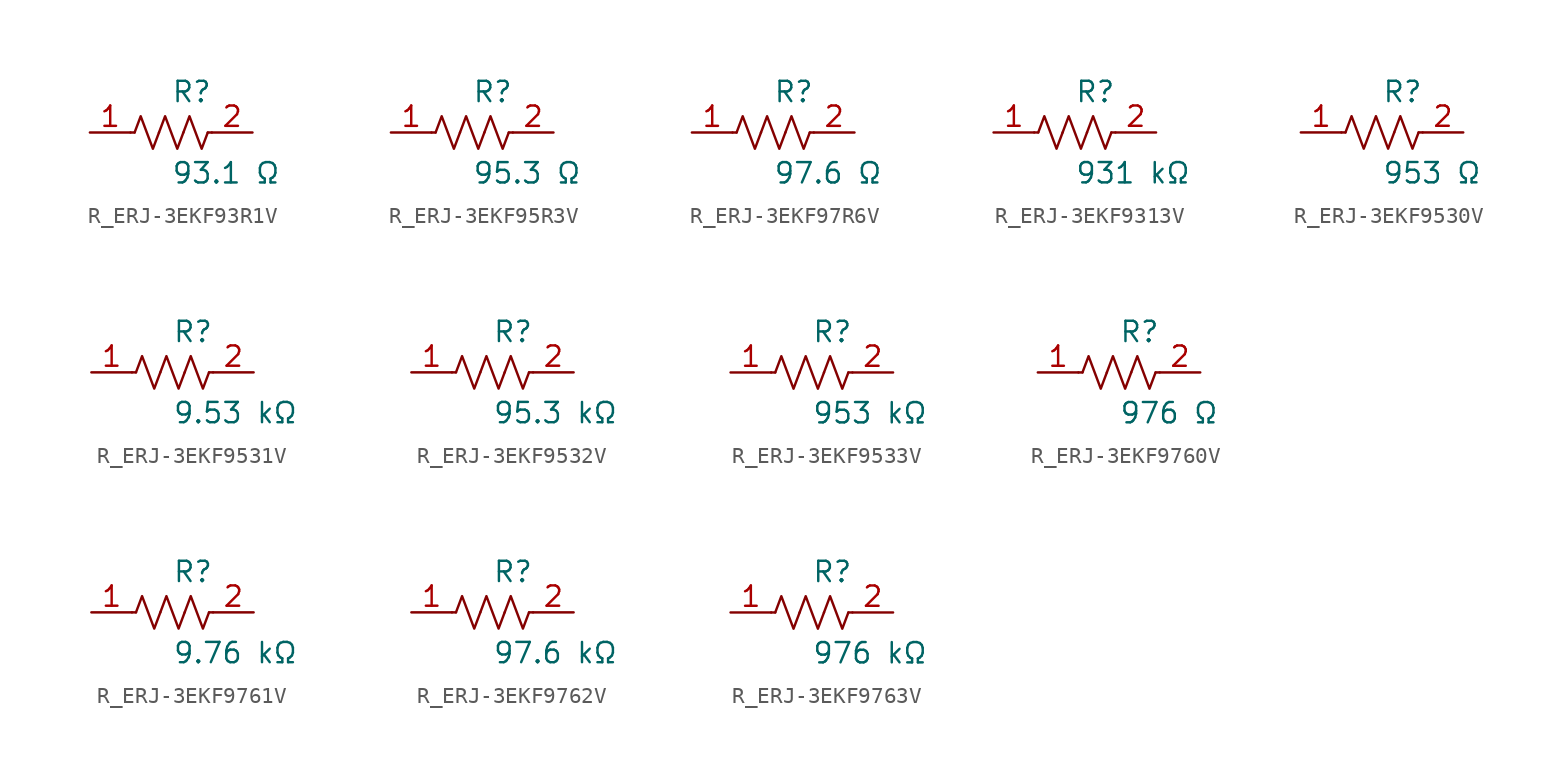
<source format=kicad_sym>
(kicad_symbol_lib
  (version 20231120)
  (generator kicad_symbol_editor)
  (generator_version 8.0)
  (symbol "R_ERJ-3EKF93R1V"
    (pin_names
      (offset 0.254))
    (property "Reference" "R"
      (at 0.0 2.54 0)
      (effects (font (size 1.27 1.27)) (justify left)))
    (property "Value" "93.1 Ω"
      (at 0.0 -2.54 0)
      (effects (font (size 1.27 1.27)) (justify left)))
    (symbol "R_ERJ-3EKF93R1V_0_1"
      (polyline (pts (xy 2.286 0) (xy 2.54 0)) (stroke (width 0) (type default)) (fill (type none)))
      (polyline (pts (xy -2.286 0) (xy -2.54 0)) (stroke (width 0) (type default)) (fill (type none)))
      (polyline (pts (xy 0.762 0) (xy 1.143 1.016) (xy 1.524 0) (xy 1.905 -1.016) (xy 2.286 0)) (stroke (width 0) (type default)) (fill (type none)))
      (polyline (pts (xy -0.762 0) (xy -0.381 1.016) (xy 0 0) (xy 0.381 -1.016) (xy 0.762 0)) (stroke (width 0) (type default)) (fill (type none)))
      (polyline (pts (xy -2.286 0) (xy -1.905 1.016) (xy -1.524 0) (xy -1.143 -1.016) (xy -0.762 0)) (stroke (width 0) (type default)) (fill (type none))))
    (pin unspecified line
      (at -5.08 0 0)
      (length 2.54)
      (name "" (effects (font (size 1.27 1.27))))
      (number "1" (effects (font (size 1.27 1.27)))))
    (pin unspecified line
      (at 5.08 0 180)
      (length 2.54)
      (name "" (effects (font (size 1.27 1.27))))
      (number "2" (effects (font (size 1.27 1.27))))))
  (symbol "R_ERJ-3EKF95R3V"
    (pin_names
      (offset 0.254))
    (property "Reference" "R"
      (at 0.0 2.54 0)
      (effects (font (size 1.27 1.27)) (justify left)))
    (property "Value" "95.3 Ω"
      (at 0.0 -2.54 0)
      (effects (font (size 1.27 1.27)) (justify left)))
    (symbol "R_ERJ-3EKF95R3V_0_1"
      (polyline (pts (xy 2.286 0) (xy 2.54 0)) (stroke (width 0) (type default)) (fill (type none)))
      (polyline (pts (xy -2.286 0) (xy -2.54 0)) (stroke (width 0) (type default)) (fill (type none)))
      (polyline (pts (xy 0.762 0) (xy 1.143 1.016) (xy 1.524 0) (xy 1.905 -1.016) (xy 2.286 0)) (stroke (width 0) (type default)) (fill (type none)))
      (polyline (pts (xy -0.762 0) (xy -0.381 1.016) (xy 0 0) (xy 0.381 -1.016) (xy 0.762 0)) (stroke (width 0) (type default)) (fill (type none)))
      (polyline (pts (xy -2.286 0) (xy -1.905 1.016) (xy -1.524 0) (xy -1.143 -1.016) (xy -0.762 0)) (stroke (width 0) (type default)) (fill (type none))))
    (pin unspecified line
      (at -5.08 0 0)
      (length 2.54)
      (name "" (effects (font (size 1.27 1.27))))
      (number "1" (effects (font (size 1.27 1.27)))))
    (pin unspecified line
      (at 5.08 0 180)
      (length 2.54)
      (name "" (effects (font (size 1.27 1.27))))
      (number "2" (effects (font (size 1.27 1.27))))))
  (symbol "R_ERJ-3EKF97R6V"
    (pin_names
      (offset 0.254))
    (property "Reference" "R"
      (at 0.0 2.54 0)
      (effects (font (size 1.27 1.27)) (justify left)))
    (property "Value" "97.6 Ω"
      (at 0.0 -2.54 0)
      (effects (font (size 1.27 1.27)) (justify left)))
    (symbol "R_ERJ-3EKF97R6V_0_1"
      (polyline (pts (xy 2.286 0) (xy 2.54 0)) (stroke (width 0) (type default)) (fill (type none)))
      (polyline (pts (xy -2.286 0) (xy -2.54 0)) (stroke (width 0) (type default)) (fill (type none)))
      (polyline (pts (xy 0.762 0) (xy 1.143 1.016) (xy 1.524 0) (xy 1.905 -1.016) (xy 2.286 0)) (stroke (width 0) (type default)) (fill (type none)))
      (polyline (pts (xy -0.762 0) (xy -0.381 1.016) (xy 0 0) (xy 0.381 -1.016) (xy 0.762 0)) (stroke (width 0) (type default)) (fill (type none)))
      (polyline (pts (xy -2.286 0) (xy -1.905 1.016) (xy -1.524 0) (xy -1.143 -1.016) (xy -0.762 0)) (stroke (width 0) (type default)) (fill (type none))))
    (pin unspecified line
      (at -5.08 0 0)
      (length 2.54)
      (name "" (effects (font (size 1.27 1.27))))
      (number "1" (effects (font (size 1.27 1.27)))))
    (pin unspecified line
      (at 5.08 0 180)
      (length 2.54)
      (name "" (effects (font (size 1.27 1.27))))
      (number "2" (effects (font (size 1.27 1.27))))))
  (symbol "R_ERJ-3EKF9313V"
    (pin_names
      (offset 0.254))
    (property "Reference" "R"
      (at 0.0 2.54 0)
      (effects (font (size 1.27 1.27)) (justify left)))
    (property "Value" "931 kΩ"
      (at 0.0 -2.54 0)
      (effects (font (size 1.27 1.27)) (justify left)))
    (symbol "R_ERJ-3EKF9313V_0_1"
      (polyline (pts (xy 2.286 0) (xy 2.54 0)) (stroke (width 0) (type default)) (fill (type none)))
      (polyline (pts (xy -2.286 0) (xy -2.54 0)) (stroke (width 0) (type default)) (fill (type none)))
      (polyline (pts (xy 0.762 0) (xy 1.143 1.016) (xy 1.524 0) (xy 1.905 -1.016) (xy 2.286 0)) (stroke (width 0) (type default)) (fill (type none)))
      (polyline (pts (xy -0.762 0) (xy -0.381 1.016) (xy 0 0) (xy 0.381 -1.016) (xy 0.762 0)) (stroke (width 0) (type default)) (fill (type none)))
      (polyline (pts (xy -2.286 0) (xy -1.905 1.016) (xy -1.524 0) (xy -1.143 -1.016) (xy -0.762 0)) (stroke (width 0) (type default)) (fill (type none))))
    (pin unspecified line
      (at -5.08 0 0)
      (length 2.54)
      (name "" (effects (font (size 1.27 1.27))))
      (number "1" (effects (font (size 1.27 1.27)))))
    (pin unspecified line
      (at 5.08 0 180)
      (length 2.54)
      (name "" (effects (font (size 1.27 1.27))))
      (number "2" (effects (font (size 1.27 1.27))))))
  (symbol "R_ERJ-3EKF9530V"
    (pin_names
      (offset 0.254))
    (property "Reference" "R"
      (at 0.0 2.54 0)
      (effects (font (size 1.27 1.27)) (justify left)))
    (property "Value" "953 Ω"
      (at 0.0 -2.54 0)
      (effects (font (size 1.27 1.27)) (justify left)))
    (symbol "R_ERJ-3EKF9530V_0_1"
      (polyline (pts (xy 2.286 0) (xy 2.54 0)) (stroke (width 0) (type default)) (fill (type none)))
      (polyline (pts (xy -2.286 0) (xy -2.54 0)) (stroke (width 0) (type default)) (fill (type none)))
      (polyline (pts (xy 0.762 0) (xy 1.143 1.016) (xy 1.524 0) (xy 1.905 -1.016) (xy 2.286 0)) (stroke (width 0) (type default)) (fill (type none)))
      (polyline (pts (xy -0.762 0) (xy -0.381 1.016) (xy 0 0) (xy 0.381 -1.016) (xy 0.762 0)) (stroke (width 0) (type default)) (fill (type none)))
      (polyline (pts (xy -2.286 0) (xy -1.905 1.016) (xy -1.524 0) (xy -1.143 -1.016) (xy -0.762 0)) (stroke (width 0) (type default)) (fill (type none))))
    (pin unspecified line
      (at -5.08 0 0)
      (length 2.54)
      (name "" (effects (font (size 1.27 1.27))))
      (number "1" (effects (font (size 1.27 1.27)))))
    (pin unspecified line
      (at 5.08 0 180)
      (length 2.54)
      (name "" (effects (font (size 1.27 1.27))))
      (number "2" (effects (font (size 1.27 1.27))))))
  (symbol "R_ERJ-3EKF9531V"
    (pin_names
      (offset 0.254))
    (property "Reference" "R"
      (at 0.0 2.54 0)
      (effects (font (size 1.27 1.27)) (justify left)))
    (property "Value" "9.53 kΩ"
      (at 0.0 -2.54 0)
      (effects (font (size 1.27 1.27)) (justify left)))
    (symbol "R_ERJ-3EKF9531V_0_1"
      (polyline (pts (xy 2.286 0) (xy 2.54 0)) (stroke (width 0) (type default)) (fill (type none)))
      (polyline (pts (xy -2.286 0) (xy -2.54 0)) (stroke (width 0) (type default)) (fill (type none)))
      (polyline (pts (xy 0.762 0) (xy 1.143 1.016) (xy 1.524 0) (xy 1.905 -1.016) (xy 2.286 0)) (stroke (width 0) (type default)) (fill (type none)))
      (polyline (pts (xy -0.762 0) (xy -0.381 1.016) (xy 0 0) (xy 0.381 -1.016) (xy 0.762 0)) (stroke (width 0) (type default)) (fill (type none)))
      (polyline (pts (xy -2.286 0) (xy -1.905 1.016) (xy -1.524 0) (xy -1.143 -1.016) (xy -0.762 0)) (stroke (width 0) (type default)) (fill (type none))))
    (pin unspecified line
      (at -5.08 0 0)
      (length 2.54)
      (name "" (effects (font (size 1.27 1.27))))
      (number "1" (effects (font (size 1.27 1.27)))))
    (pin unspecified line
      (at 5.08 0 180)
      (length 2.54)
      (name "" (effects (font (size 1.27 1.27))))
      (number "2" (effects (font (size 1.27 1.27))))))
  (symbol "R_ERJ-3EKF9532V"
    (pin_names
      (offset 0.254))
    (property "Reference" "R"
      (at 0.0 2.54 0)
      (effects (font (size 1.27 1.27)) (justify left)))
    (property "Value" "95.3 kΩ"
      (at 0.0 -2.54 0)
      (effects (font (size 1.27 1.27)) (justify left)))
    (symbol "R_ERJ-3EKF9532V_0_1"
      (polyline (pts (xy 2.286 0) (xy 2.54 0)) (stroke (width 0) (type default)) (fill (type none)))
      (polyline (pts (xy -2.286 0) (xy -2.54 0)) (stroke (width 0) (type default)) (fill (type none)))
      (polyline (pts (xy 0.762 0) (xy 1.143 1.016) (xy 1.524 0) (xy 1.905 -1.016) (xy 2.286 0)) (stroke (width 0) (type default)) (fill (type none)))
      (polyline (pts (xy -0.762 0) (xy -0.381 1.016) (xy 0 0) (xy 0.381 -1.016) (xy 0.762 0)) (stroke (width 0) (type default)) (fill (type none)))
      (polyline (pts (xy -2.286 0) (xy -1.905 1.016) (xy -1.524 0) (xy -1.143 -1.016) (xy -0.762 0)) (stroke (width 0) (type default)) (fill (type none))))
    (pin unspecified line
      (at -5.08 0 0)
      (length 2.54)
      (name "" (effects (font (size 1.27 1.27))))
      (number "1" (effects (font (size 1.27 1.27)))))
    (pin unspecified line
      (at 5.08 0 180)
      (length 2.54)
      (name "" (effects (font (size 1.27 1.27))))
      (number "2" (effects (font (size 1.27 1.27))))))
  (symbol "R_ERJ-3EKF9533V"
    (pin_names
      (offset 0.254))
    (property "Reference" "R"
      (at 0.0 2.54 0)
      (effects (font (size 1.27 1.27)) (justify left)))
    (property "Value" "953 kΩ"
      (at 0.0 -2.54 0)
      (effects (font (size 1.27 1.27)) (justify left)))
    (symbol "R_ERJ-3EKF9533V_0_1"
      (polyline (pts (xy 2.286 0) (xy 2.54 0)) (stroke (width 0) (type default)) (fill (type none)))
      (polyline (pts (xy -2.286 0) (xy -2.54 0)) (stroke (width 0) (type default)) (fill (type none)))
      (polyline (pts (xy 0.762 0) (xy 1.143 1.016) (xy 1.524 0) (xy 1.905 -1.016) (xy 2.286 0)) (stroke (width 0) (type default)) (fill (type none)))
      (polyline (pts (xy -0.762 0) (xy -0.381 1.016) (xy 0 0) (xy 0.381 -1.016) (xy 0.762 0)) (stroke (width 0) (type default)) (fill (type none)))
      (polyline (pts (xy -2.286 0) (xy -1.905 1.016) (xy -1.524 0) (xy -1.143 -1.016) (xy -0.762 0)) (stroke (width 0) (type default)) (fill (type none))))
    (pin unspecified line
      (at -5.08 0 0)
      (length 2.54)
      (name "" (effects (font (size 1.27 1.27))))
      (number "1" (effects (font (size 1.27 1.27)))))
    (pin unspecified line
      (at 5.08 0 180)
      (length 2.54)
      (name "" (effects (font (size 1.27 1.27))))
      (number "2" (effects (font (size 1.27 1.27))))))
  (symbol "R_ERJ-3EKF9760V"
    (pin_names
      (offset 0.254))
    (property "Reference" "R"
      (at 0.0 2.54 0)
      (effects (font (size 1.27 1.27)) (justify left)))
    (property "Value" "976 Ω"
      (at 0.0 -2.54 0)
      (effects (font (size 1.27 1.27)) (justify left)))
    (symbol "R_ERJ-3EKF9760V_0_1"
      (polyline (pts (xy 2.286 0) (xy 2.54 0)) (stroke (width 0) (type default)) (fill (type none)))
      (polyline (pts (xy -2.286 0) (xy -2.54 0)) (stroke (width 0) (type default)) (fill (type none)))
      (polyline (pts (xy 0.762 0) (xy 1.143 1.016) (xy 1.524 0) (xy 1.905 -1.016) (xy 2.286 0)) (stroke (width 0) (type default)) (fill (type none)))
      (polyline (pts (xy -0.762 0) (xy -0.381 1.016) (xy 0 0) (xy 0.381 -1.016) (xy 0.762 0)) (stroke (width 0) (type default)) (fill (type none)))
      (polyline (pts (xy -2.286 0) (xy -1.905 1.016) (xy -1.524 0) (xy -1.143 -1.016) (xy -0.762 0)) (stroke (width 0) (type default)) (fill (type none))))
    (pin unspecified line
      (at -5.08 0 0)
      (length 2.54)
      (name "" (effects (font (size 1.27 1.27))))
      (number "1" (effects (font (size 1.27 1.27)))))
    (pin unspecified line
      (at 5.08 0 180)
      (length 2.54)
      (name "" (effects (font (size 1.27 1.27))))
      (number "2" (effects (font (size 1.27 1.27))))))
  (symbol "R_ERJ-3EKF9761V"
    (pin_names
      (offset 0.254))
    (property "Reference" "R"
      (at 0.0 2.54 0)
      (effects (font (size 1.27 1.27)) (justify left)))
    (property "Value" "9.76 kΩ"
      (at 0.0 -2.54 0)
      (effects (font (size 1.27 1.27)) (justify left)))
    (symbol "R_ERJ-3EKF9761V_0_1"
      (polyline (pts (xy 2.286 0) (xy 2.54 0)) (stroke (width 0) (type default)) (fill (type none)))
      (polyline (pts (xy -2.286 0) (xy -2.54 0)) (stroke (width 0) (type default)) (fill (type none)))
      (polyline (pts (xy 0.762 0) (xy 1.143 1.016) (xy 1.524 0) (xy 1.905 -1.016) (xy 2.286 0)) (stroke (width 0) (type default)) (fill (type none)))
      (polyline (pts (xy -0.762 0) (xy -0.381 1.016) (xy 0 0) (xy 0.381 -1.016) (xy 0.762 0)) (stroke (width 0) (type default)) (fill (type none)))
      (polyline (pts (xy -2.286 0) (xy -1.905 1.016) (xy -1.524 0) (xy -1.143 -1.016) (xy -0.762 0)) (stroke (width 0) (type default)) (fill (type none))))
    (pin unspecified line
      (at -5.08 0 0)
      (length 2.54)
      (name "" (effects (font (size 1.27 1.27))))
      (number "1" (effects (font (size 1.27 1.27)))))
    (pin unspecified line
      (at 5.08 0 180)
      (length 2.54)
      (name "" (effects (font (size 1.27 1.27))))
      (number "2" (effects (font (size 1.27 1.27))))))
  (symbol "R_ERJ-3EKF9762V"
    (pin_names
      (offset 0.254))
    (property "Reference" "R"
      (at 0.0 2.54 0)
      (effects (font (size 1.27 1.27)) (justify left)))
    (property "Value" "97.6 kΩ"
      (at 0.0 -2.54 0)
      (effects (font (size 1.27 1.27)) (justify left)))
    (symbol "R_ERJ-3EKF9762V_0_1"
      (polyline (pts (xy 2.286 0) (xy 2.54 0)) (stroke (width 0) (type default)) (fill (type none)))
      (polyline (pts (xy -2.286 0) (xy -2.54 0)) (stroke (width 0) (type default)) (fill (type none)))
      (polyline (pts (xy 0.762 0) (xy 1.143 1.016) (xy 1.524 0) (xy 1.905 -1.016) (xy 2.286 0)) (stroke (width 0) (type default)) (fill (type none)))
      (polyline (pts (xy -0.762 0) (xy -0.381 1.016) (xy 0 0) (xy 0.381 -1.016) (xy 0.762 0)) (stroke (width 0) (type default)) (fill (type none)))
      (polyline (pts (xy -2.286 0) (xy -1.905 1.016) (xy -1.524 0) (xy -1.143 -1.016) (xy -0.762 0)) (stroke (width 0) (type default)) (fill (type none))))
    (pin unspecified line
      (at -5.08 0 0)
      (length 2.54)
      (name "" (effects (font (size 1.27 1.27))))
      (number "1" (effects (font (size 1.27 1.27)))))
    (pin unspecified line
      (at 5.08 0 180)
      (length 2.54)
      (name "" (effects (font (size 1.27 1.27))))
      (number "2" (effects (font (size 1.27 1.27))))))
  (symbol "R_ERJ-3EKF9763V"
    (pin_names
      (offset 0.254))
    (property "Reference" "R"
      (at 0.0 2.54 0)
      (effects (font (size 1.27 1.27)) (justify left)))
    (property "Value" "976 kΩ"
      (at 0.0 -2.54 0)
      (effects (font (size 1.27 1.27)) (justify left)))
    (symbol "R_ERJ-3EKF9763V_0_1"
      (polyline (pts (xy 2.286 0) (xy 2.54 0)) (stroke (width 0) (type default)) (fill (type none)))
      (polyline (pts (xy -2.286 0) (xy -2.54 0)) (stroke (width 0) (type default)) (fill (type none)))
      (polyline (pts (xy 0.762 0) (xy 1.143 1.016) (xy 1.524 0) (xy 1.905 -1.016) (xy 2.286 0)) (stroke (width 0) (type default)) (fill (type none)))
      (polyline (pts (xy -0.762 0) (xy -0.381 1.016) (xy 0 0) (xy 0.381 -1.016) (xy 0.762 0)) (stroke (width 0) (type default)) (fill (type none)))
      (polyline (pts (xy -2.286 0) (xy -1.905 1.016) (xy -1.524 0) (xy -1.143 -1.016) (xy -0.762 0)) (stroke (width 0) (type default)) (fill (type none))))
    (pin unspecified line
      (at -5.08 0 0)
      (length 2.54)
      (name "" (effects (font (size 1.27 1.27))))
      (number "1" (effects (font (size 1.27 1.27)))))
    (pin unspecified line
      (at 5.08 0 180)
      (length 2.54)
      (name "" (effects (font (size 1.27 1.27))))
      (number "2" (effects (font (size 1.27 1.27)))))))
</source>
